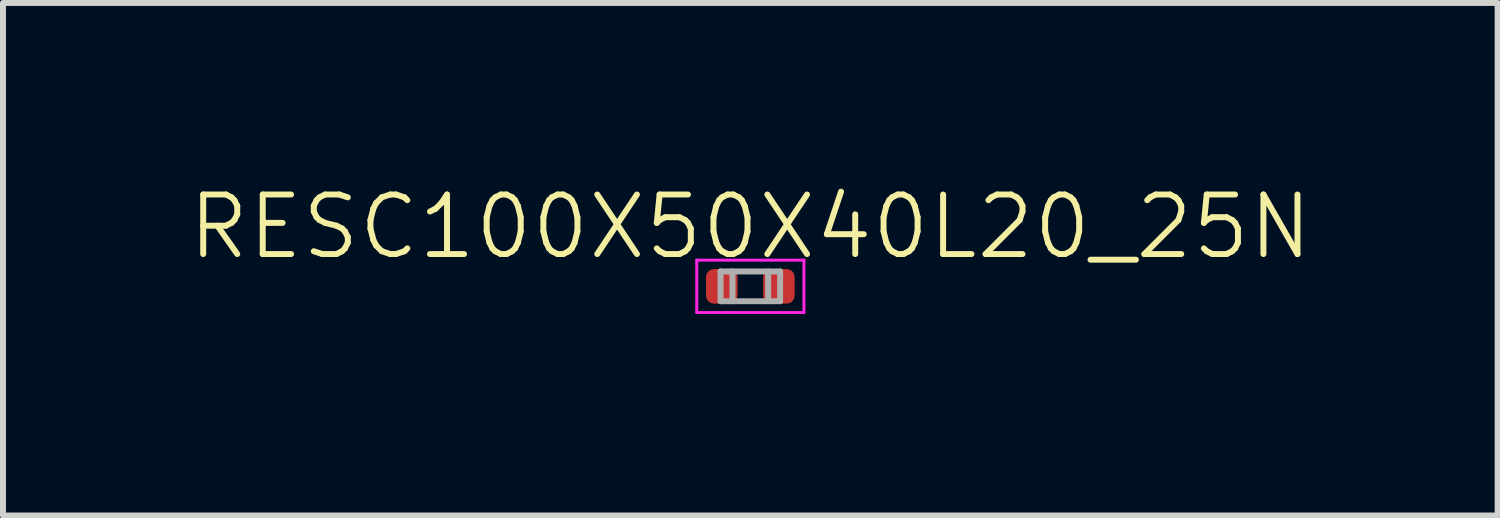
<source format=kicad_pcb>
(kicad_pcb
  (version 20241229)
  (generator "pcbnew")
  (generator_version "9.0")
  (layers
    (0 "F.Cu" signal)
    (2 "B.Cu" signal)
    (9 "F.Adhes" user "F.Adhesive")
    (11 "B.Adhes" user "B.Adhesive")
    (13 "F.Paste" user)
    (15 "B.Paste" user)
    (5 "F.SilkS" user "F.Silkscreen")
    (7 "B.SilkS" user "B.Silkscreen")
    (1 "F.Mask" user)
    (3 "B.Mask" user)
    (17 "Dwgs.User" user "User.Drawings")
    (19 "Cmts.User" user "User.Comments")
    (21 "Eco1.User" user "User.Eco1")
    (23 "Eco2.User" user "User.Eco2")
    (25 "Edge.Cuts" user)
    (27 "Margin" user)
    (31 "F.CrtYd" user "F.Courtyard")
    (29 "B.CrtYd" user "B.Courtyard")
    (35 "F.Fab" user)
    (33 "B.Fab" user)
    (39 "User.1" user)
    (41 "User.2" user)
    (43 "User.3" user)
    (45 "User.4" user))
  (footprint "RESC100X50X40L20_25N"
    (layer "F.Cu")
    (at 9.554 1.76)
    (property "Reference" "RESC100X50X40L20_25N" (at 0 -1 0) (unlocked yes) (layer "F.SilkS") (effects (font (size 1 1) (thickness 0.1))))
    (attr smd)
    (fp_line (start -0.9 -0.44) (end -0.9 0.44) (stroke (width 0.05) (type default)) (layer "F.CrtYd"))
    (fp_line (start -0.9 -0.44) (end 0.9 -0.44) (stroke (width 0.05) (type default)) (layer "F.CrtYd"))
    (fp_line (start -0.9 0.44) (end 0.9 0.44) (stroke (width 0.05) (type default)) (layer "F.CrtYd"))
    (fp_line (start 0.9 -0.44) (end 0.9 0.44) (stroke (width 0.05) (type default)) (layer "F.CrtYd"))
    (fp_line (start -0.5 -0.25) (end -0.5 0.25) (stroke (width 0.1) (type default)) (layer "F.Fab"))
    (fp_line (start -0.5 -0.25) (end 0.5 -0.25) (stroke (width 0.1) (type default)) (layer "F.Fab"))
    (fp_line (start -0.3 -0.25) (end -0.3 0.25) (stroke (width 0.1) (type default)) (layer "F.Fab"))
    (fp_line (start 0.3 -0.25) (end 0.3 0.25) (stroke (width 0.1) (type default)) (layer "F.Fab"))
    (fp_line (start 0.5 -0.25) (end 0.5 0.25) (stroke (width 0.1) (type default)) (layer "F.Fab"))
    (fp_line (start 0.5 0.25) (end -0.5 0.25) (stroke (width 0.1) (type default)) (layer "F.Fab"))
    (fp_line (start -0.5 -0.25) (end 0.5 -0.25) (stroke (width 0.1) (type default)) (layer "User.2"))
    (fp_line (start -0.5 0.25) (end -0.5 -0.25) (stroke (width 0.1) (type default)) (layer "User.2"))
    (fp_line (start -0.35 0) (end 0.35 0) (stroke (width 0.1) (type default)) (layer "User.2"))
    (fp_line (start 0 0.35) (end 0 -0.35) (stroke (width 0.1) (type default)) (layer "User.2"))
    (fp_line (start 0.5 -0.25) (end 0.5 0.25) (stroke (width 0.1) (type default)) (layer "User.2"))
    (fp_line (start 0.5 0.25) (end -0.5 0.25) (stroke (width 0.1) (type default)) (layer "User.2"))
    (fp_circle (center 0 0) (end 0 0.25) (stroke (width 0.1) (type default)) (fill no) (layer "User.2"))
    (fp_text user "${REFERENCE}" (at 0 0 0) (unlocked yes) (layer "User.3") (effects (font (size 1 1) (thickness 0.15))))
    (pad "1" smd roundrect (at -0.48 0) (size 0.53 0.58) (layers "F.Cu" "F.Mask" "F.Paste") (roundrect_rratio 0.25))
    (pad "2" smd roundrect (at 0.48 0) (size 0.53 0.58) (layers "F.Cu" "F.Mask" "F.Paste") (roundrect_rratio 0.25)))
  (gr_rect
    (start -3 -3)
    (end 22.107 5.609)
    (stroke (width 0.1) (type default))
    (fill no)
    (layer "Edge.Cuts")))
</source>
